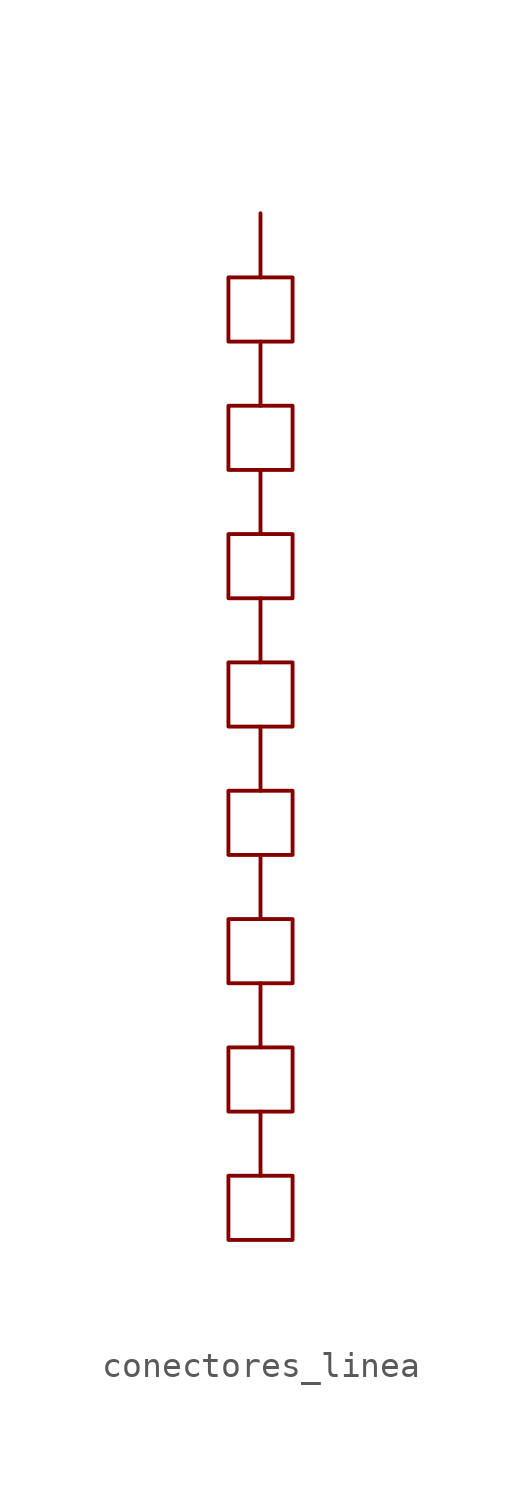
<source format=kicad_sym>
(kicad_symbol_lib
  (version 20231120)
  (generator "kicad_symbol_editor")
  (generator_version "8.0")
  (symbol "conectores_linea"
    (pin_names
      (offset 1.016))
    (property "Reference" "o"
      (at 3.81 -1.27 0)
      (effects (font (size 2.54 2.54)) (hide yes)))
    (symbol "conectores_linea_0_1"
      (rectangle (start -1.27 -35.56) (end 1.27 -38.1) (stroke (width 0) (type default)) (fill (type none)))
      (rectangle (start -1.27 -30.48) (end 1.27 -33.02) (stroke (width 0) (type default)) (fill (type none)))
      (rectangle (start -1.27 -25.4) (end 1.27 -27.94) (stroke (width 0) (type default)) (fill (type none)))
      (rectangle (start -1.27 -20.32) (end 1.27 -22.86) (stroke (width 0) (type default)) (fill (type none)))
      (rectangle (start -1.27 -15.24) (end 1.27 -17.78) (stroke (width 0) (type default)) (fill (type none)))
      (rectangle (start -1.27 -10.16) (end 1.27 -12.7) (stroke (width 0) (type default)) (fill (type none)))
      (rectangle (start -1.27 -5.08) (end 1.27 -7.62) (stroke (width 0) (type default)) (fill (type none)))
      (rectangle (start -1.27 0) (end 1.27 -2.54) (stroke (width 0) (type default)) (fill (type none)))
      (polyline (pts (xy 0 -33.02) (xy 0 -35.56)) (stroke (width 0) (type default)) (fill (type none)))
      (polyline (pts (xy 0 -27.94) (xy 0 -30.48)) (stroke (width 0) (type default)) (fill (type none)))
      (polyline (pts (xy 0 -22.86) (xy 0 -25.4)) (stroke (width 0) (type default)) (fill (type none)))
      (polyline (pts (xy 0 -17.78) (xy 0 -20.32)) (stroke (width 0) (type default)) (fill (type none)))
      (polyline (pts (xy 0 -12.7) (xy 0 -15.24)) (stroke (width 0) (type default)) (fill (type none)))
      (polyline (pts (xy 0 -7.62) (xy 0 -10.16)) (stroke (width 0) (type default)) (fill (type none)))
      (polyline (pts (xy 0 -2.54) (xy 0 -5.08)) (stroke (width 0) (type default)) (fill (type none))))
    (symbol "conectores_linea_1_1"
      (pin input line (at 0 2.54 270) (length 2.54) (name "" (effects (font (size 1.27 1.27)))) (number "" (effects (font (size 1.143 1.143))))))))
</source>
